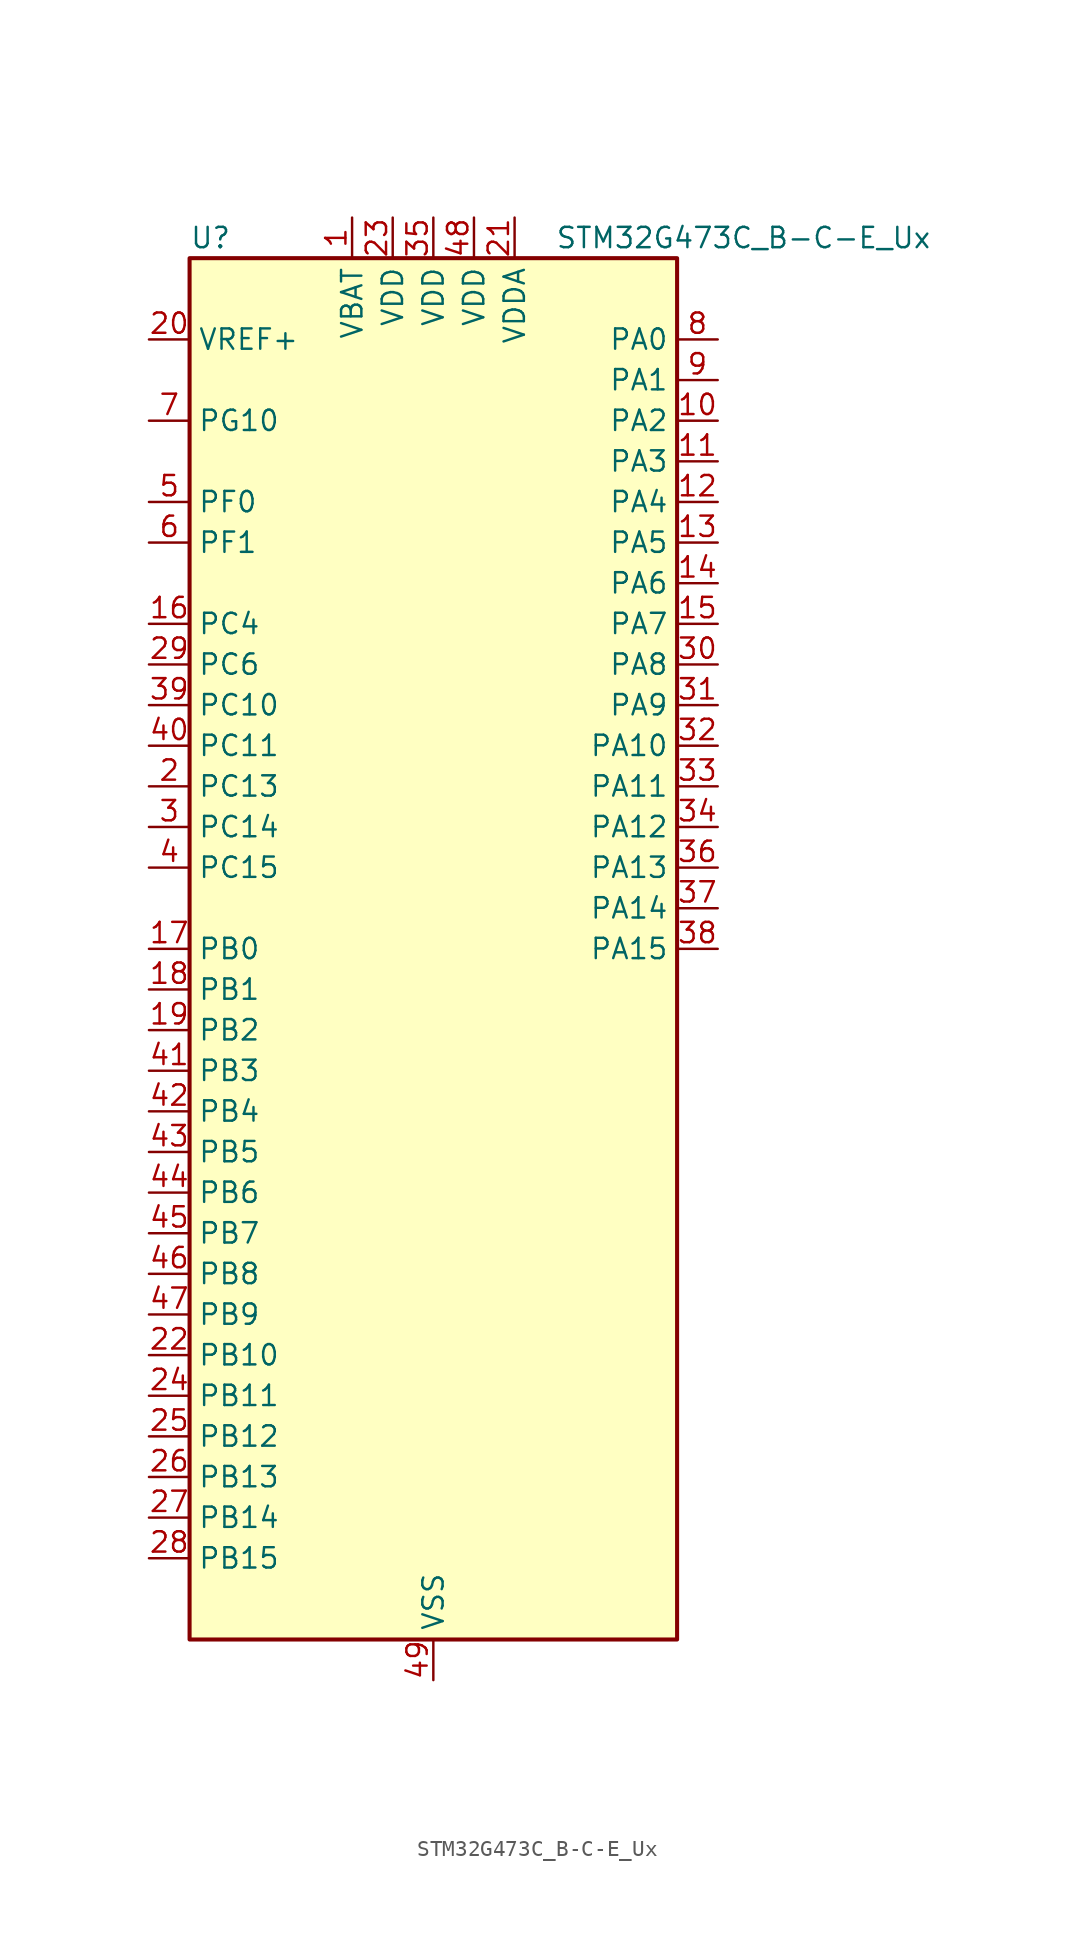
<source format=kicad_sym>
(kicad_symbol_lib
  (version 20241209)
  (generator "kicad_symbol_editor")
  (generator_version "9.0")
  (symbol "STM32G473C_B-C-E_Ux"
    (property "Reference" "U"
      (at -15.24 44.45 0)
      (effects (font (size 1.27 1.27)) (justify left)))
    (property "Value" "STM32G473C_B-C-E_Ux"
      (at 7.62 44.45 0)
      (effects (font (size 1.27 1.27)) (justify left)))
    (symbol "STM32G473C_B-C-E_Ux_0_1"
      (rectangle (start -15.24 -43.18) (end 15.24 43.18) (stroke (width 0.254) (type default)) (fill (type background))))
    (symbol "STM32G473C_B-C-E_Ux_1_1"
      (pin input line (at -17.78 38.1 0) (length 2.54) (name "VREF+" (effects (font (size 1.27 1.27)))) (number "20" (effects (font (size 1.27 1.27)))) (alternate "VREFBUF_OUT" bidirectional line))
      (pin bidirectional line (at -17.78 33.02 0) (length 2.54) (name "PG10" (effects (font (size 1.27 1.27)))) (number "7" (effects (font (size 1.27 1.27)))) (alternate "DAC1_EXTI10" bidirectional line) (alternate "DAC2_EXTI10" bidirectional line) (alternate "DAC3_EXTI10" bidirectional line) (alternate "DAC4_EXTI10" bidirectional line) (alternate "RCC_MCO" bidirectional line))
      (pin bidirectional line (at -17.78 27.94 0) (length 2.54) (name "PF0" (effects (font (size 1.27 1.27)))) (number "5" (effects (font (size 1.27 1.27)))) (alternate "ADC1_IN10" bidirectional line) (alternate "I2C2_SDA" bidirectional line) (alternate "I2S2_WS" bidirectional line) (alternate "RCC_OSC_IN" bidirectional line) (alternate "SPI2_NSS" bidirectional line) (alternate "TIM1_CH3N" bidirectional line))
      (pin bidirectional line (at -17.78 25.4 0) (length 2.54) (name "PF1" (effects (font (size 1.27 1.27)))) (number "6" (effects (font (size 1.27 1.27)))) (alternate "ADC2_IN10" bidirectional line) (alternate "COMP3_INM" bidirectional line) (alternate "I2S2_CK" bidirectional line) (alternate "RCC_OSC_OUT" bidirectional line) (alternate "SPI2_SCK" bidirectional line))
      (pin bidirectional line (at -17.78 20.32 0) (length 2.54) (name "PC4" (effects (font (size 1.27 1.27)))) (number "16" (effects (font (size 1.27 1.27)))) (alternate "ADC2_IN5" bidirectional line) (alternate "I2C2_SCL" bidirectional line) (alternate "QUADSPI1_BK2_IO3" bidirectional line) (alternate "TIM1_ETR" bidirectional line) (alternate "USART1_TX" bidirectional line))
      (pin bidirectional line (at -17.78 17.78 0) (length 2.54) (name "PC6" (effects (font (size 1.27 1.27)))) (number "29" (effects (font (size 1.27 1.27)))) (alternate "COMP6_OUT" bidirectional line) (alternate "I2C4_SCL" bidirectional line) (alternate "I2S2_MCK" bidirectional line) (alternate "TIM3_CH1" bidirectional line) (alternate "TIM8_CH1" bidirectional line))
      (pin bidirectional line (at -17.78 15.24 0) (length 2.54) (name "PC10" (effects (font (size 1.27 1.27)))) (number "39" (effects (font (size 1.27 1.27)))) (alternate "DAC1_EXTI10" bidirectional line) (alternate "DAC2_EXTI10" bidirectional line) (alternate "DAC3_EXTI10" bidirectional line) (alternate "DAC4_EXTI10" bidirectional line) (alternate "I2S3_CK" bidirectional line) (alternate "SPI3_SCK" bidirectional line) (alternate "TIM8_CH1N" bidirectional line) (alternate "UART4_TX" bidirectional line) (alternate "USART3_TX" bidirectional line))
      (pin bidirectional line (at -17.78 12.7 0) (length 2.54) (name "PC11" (effects (font (size 1.27 1.27)))) (number "40" (effects (font (size 1.27 1.27)))) (alternate "ADC1_EXTI11" bidirectional line) (alternate "ADC2_EXTI11" bidirectional line) (alternate "I2C3_SDA" bidirectional line) (alternate "SPI3_MISO" bidirectional line) (alternate "TIM8_CH2N" bidirectional line) (alternate "UART4_RX" bidirectional line) (alternate "USART3_RX" bidirectional line))
      (pin bidirectional line (at -17.78 10.16 0) (length 2.54) (name "PC13" (effects (font (size 1.27 1.27)))) (number "2" (effects (font (size 1.27 1.27)))) (alternate "RTC_OUT1" bidirectional line) (alternate "RTC_TAMP1" bidirectional line) (alternate "RTC_TS" bidirectional line) (alternate "SYS_WKUP2" bidirectional line) (alternate "TIM1_BKIN" bidirectional line) (alternate "TIM1_CH1N" bidirectional line) (alternate "TIM8_CH4N" bidirectional line))
      (pin bidirectional line (at -17.78 7.62 0) (length 2.54) (name "PC14" (effects (font (size 1.27 1.27)))) (number "3" (effects (font (size 1.27 1.27)))) (alternate "RCC_OSC32_IN" bidirectional line))
      (pin bidirectional line (at -17.78 5.08 0) (length 2.54) (name "PC15" (effects (font (size 1.27 1.27)))) (number "4" (effects (font (size 1.27 1.27)))) (alternate "ADC1_EXTI15" bidirectional line) (alternate "ADC2_EXTI15" bidirectional line) (alternate "RCC_OSC32_OUT" bidirectional line))
      (pin bidirectional line (at -17.78 0 0) (length 2.54) (name "PB0" (effects (font (size 1.27 1.27)))) (number "17" (effects (font (size 1.27 1.27)))) (alternate "ADC1_IN15" bidirectional line) (alternate "ADC3_IN12" bidirectional line) (alternate "COMP4_INP" bidirectional line) (alternate "OPAMP2_VINP" bidirectional line) (alternate "OPAMP2_VINP_SEC" bidirectional line) (alternate "OPAMP3_VINP" bidirectional line) (alternate "OPAMP3_VINP_SEC" bidirectional line) (alternate "QUADSPI1_BK1_IO1" bidirectional line) (alternate "TIM1_CH2N" bidirectional line) (alternate "TIM3_CH3" bidirectional line) (alternate "TIM8_CH2N" bidirectional line) (alternate "UCPD1_FRSTX1" bidirectional line) (alternate "UCPD1_FRSTX2" bidirectional line))
      (pin bidirectional line (at -17.78 -2.54 0) (length 2.54) (name "PB1" (effects (font (size 1.27 1.27)))) (number "18" (effects (font (size 1.27 1.27)))) (alternate "ADC1_IN12" bidirectional line) (alternate "ADC3_IN1" bidirectional line) (alternate "COMP1_INP" bidirectional line) (alternate "COMP4_OUT" bidirectional line) (alternate "LPUART1_DE" bidirectional line) (alternate "LPUART1_RTS" bidirectional line) (alternate "OPAMP3_VOUT" bidirectional line) (alternate "OPAMP6_VINM" bidirectional line) (alternate "OPAMP6_VINM1" bidirectional line) (alternate "OPAMP6_VINM_SEC" bidirectional line) (alternate "QUADSPI1_BK1_IO0" bidirectional line) (alternate "TIM1_CH3N" bidirectional line) (alternate "TIM3_CH4" bidirectional line) (alternate "TIM8_CH3N" bidirectional line))
      (pin bidirectional line (at -17.78 -5.08 0) (length 2.54) (name "PB2" (effects (font (size 1.27 1.27)))) (number "19" (effects (font (size 1.27 1.27)))) (alternate "ADC2_IN12" bidirectional line) (alternate "ADC3_EXTI2" bidirectional line) (alternate "ADC4_EXTI2" bidirectional line) (alternate "ADC5_EXTI2" bidirectional line) (alternate "COMP4_INM" bidirectional line) (alternate "I2C3_SMBA" bidirectional line) (alternate "LPTIM1_OUT" bidirectional line) (alternate "OPAMP3_VINM" bidirectional line) (alternate "OPAMP3_VINM0" bidirectional line) (alternate "OPAMP3_VINM_SEC" bidirectional line) (alternate "QUADSPI1_BK2_IO1" bidirectional line) (alternate "RTC_OUT2" bidirectional line) (alternate "TIM20_CH1" bidirectional line) (alternate "TIM5_CH1" bidirectional line))
      (pin bidirectional line (at -17.78 -7.62 0) (length 2.54) (name "PB3" (effects (font (size 1.27 1.27)))) (number "41" (effects (font (size 1.27 1.27)))) (alternate "ADC3_EXTI3" bidirectional line) (alternate "ADC4_EXTI3" bidirectional line) (alternate "ADC5_EXTI3" bidirectional line) (alternate "CRS_SYNC" bidirectional line) (alternate "FDCAN3_RX" bidirectional line) (alternate "I2S3_CK" bidirectional line) (alternate "SAI1_SCK_B" bidirectional line) (alternate "SPI1_SCK" bidirectional line) (alternate "SPI3_SCK" bidirectional line) (alternate "SYS_JTDO-SWO" bidirectional line) (alternate "TIM2_CH2" bidirectional line) (alternate "TIM3_ETR" bidirectional line) (alternate "TIM4_ETR" bidirectional line) (alternate "TIM8_CH1N" bidirectional line) (alternate "USART2_TX" bidirectional line))
      (pin bidirectional line (at -17.78 -10.16 0) (length 2.54) (name "PB4" (effects (font (size 1.27 1.27)))) (number "42" (effects (font (size 1.27 1.27)))) (alternate "FDCAN3_TX" bidirectional line) (alternate "SAI1_MCLK_B" bidirectional line) (alternate "SPI1_MISO" bidirectional line) (alternate "SPI3_MISO" bidirectional line) (alternate "SYS_JTRST" bidirectional line) (alternate "TIM16_CH1" bidirectional line) (alternate "TIM17_BKIN" bidirectional line) (alternate "TIM3_CH1" bidirectional line) (alternate "TIM8_CH2N" bidirectional line) (alternate "UCPD1_CC2" bidirectional line) (alternate "USART2_RX" bidirectional line))
      (pin bidirectional line (at -17.78 -12.7 0) (length 2.54) (name "PB5" (effects (font (size 1.27 1.27)))) (number "43" (effects (font (size 1.27 1.27)))) (alternate "FDCAN2_RX" bidirectional line) (alternate "I2C1_SMBA" bidirectional line) (alternate "I2C3_SDA" bidirectional line) (alternate "I2S3_SD" bidirectional line) (alternate "LPTIM1_IN1" bidirectional line) (alternate "SAI1_SD_B" bidirectional line) (alternate "SPI1_MOSI" bidirectional line) (alternate "SPI3_MOSI" bidirectional line) (alternate "TIM16_BKIN" bidirectional line) (alternate "TIM17_CH1" bidirectional line) (alternate "TIM3_CH2" bidirectional line) (alternate "TIM8_CH3N" bidirectional line) (alternate "USART2_CK" bidirectional line))
      (pin bidirectional line (at -17.78 -15.24 0) (length 2.54) (name "PB6" (effects (font (size 1.27 1.27)))) (number "44" (effects (font (size 1.27 1.27)))) (alternate "COMP4_OUT" bidirectional line) (alternate "FDCAN2_TX" bidirectional line) (alternate "LPTIM1_ETR" bidirectional line) (alternate "SAI1_FS_B" bidirectional line) (alternate "TIM16_CH1N" bidirectional line) (alternate "TIM4_CH1" bidirectional line) (alternate "TIM8_BKIN2" bidirectional line) (alternate "TIM8_CH1" bidirectional line) (alternate "TIM8_ETR" bidirectional line) (alternate "UCPD1_CC1" bidirectional line) (alternate "USART1_TX" bidirectional line))
      (pin bidirectional line (at -17.78 -17.78 0) (length 2.54) (name "PB7" (effects (font (size 1.27 1.27)))) (number "45" (effects (font (size 1.27 1.27)))) (alternate "COMP3_OUT" bidirectional line) (alternate "I2C1_SDA" bidirectional line) (alternate "I2C4_SDA" bidirectional line) (alternate "LPTIM1_IN2" bidirectional line) (alternate "SYS_PVD_IN" bidirectional line) (alternate "TIM17_CH1N" bidirectional line) (alternate "TIM3_CH4" bidirectional line) (alternate "TIM4_CH2" bidirectional line) (alternate "TIM8_BKIN" bidirectional line) (alternate "UART4_CTS" bidirectional line) (alternate "USART1_RX" bidirectional line))
      (pin bidirectional line (at -17.78 -20.32 0) (length 2.54) (name "PB8" (effects (font (size 1.27 1.27)))) (number "46" (effects (font (size 1.27 1.27)))) (alternate "COMP1_OUT" bidirectional line) (alternate "FDCAN1_RX" bidirectional line) (alternate "I2C1_SCL" bidirectional line) (alternate "SAI1_CK1" bidirectional line) (alternate "SAI1_MCLK_A" bidirectional line) (alternate "TIM16_CH1" bidirectional line) (alternate "TIM1_BKIN" bidirectional line) (alternate "TIM4_CH3" bidirectional line) (alternate "TIM8_CH2" bidirectional line) (alternate "USART3_RX" bidirectional line))
      (pin bidirectional line (at -17.78 -22.86 0) (length 2.54) (name "PB9" (effects (font (size 1.27 1.27)))) (number "47" (effects (font (size 1.27 1.27)))) (alternate "COMP2_OUT" bidirectional line) (alternate "DAC1_EXTI9" bidirectional line) (alternate "DAC2_EXTI9" bidirectional line) (alternate "DAC3_EXTI9" bidirectional line) (alternate "DAC4_EXTI9" bidirectional line) (alternate "FDCAN1_TX" bidirectional line) (alternate "I2C1_SDA" bidirectional line) (alternate "IR_OUT" bidirectional line) (alternate "SAI1_D2" bidirectional line) (alternate "SAI1_FS_A" bidirectional line) (alternate "TIM17_CH1" bidirectional line) (alternate "TIM1_CH3N" bidirectional line) (alternate "TIM4_CH4" bidirectional line) (alternate "TIM8_CH3" bidirectional line) (alternate "USART3_TX" bidirectional line))
      (pin bidirectional line (at -17.78 -25.4 0) (length 2.54) (name "PB10" (effects (font (size 1.27 1.27)))) (number "22" (effects (font (size 1.27 1.27)))) (alternate "COMP5_INM" bidirectional line) (alternate "DAC1_EXTI10" bidirectional line) (alternate "DAC2_EXTI10" bidirectional line) (alternate "DAC3_EXTI10" bidirectional line) (alternate "DAC4_EXTI10" bidirectional line) (alternate "LPUART1_RX" bidirectional line) (alternate "OPAMP3_VINM" bidirectional line) (alternate "OPAMP3_VINM1" bidirectional line) (alternate "OPAMP3_VINM_SEC" bidirectional line) (alternate "OPAMP4_VINM" bidirectional line) (alternate "OPAMP4_VINM0" bidirectional line) (alternate "OPAMP4_VINM_SEC" bidirectional line) (alternate "QUADSPI1_CLK" bidirectional line) (alternate "SAI1_SCK_A" bidirectional line) (alternate "TIM1_BKIN" bidirectional line) (alternate "TIM2_CH3" bidirectional line) (alternate "USART3_TX" bidirectional line))
      (pin bidirectional line (at -17.78 -27.94 0) (length 2.54) (name "PB11" (effects (font (size 1.27 1.27)))) (number "24" (effects (font (size 1.27 1.27)))) (alternate "ADC1_EXTI11" bidirectional line) (alternate "ADC1_IN14" bidirectional line) (alternate "ADC2_EXTI11" bidirectional line) (alternate "ADC2_IN14" bidirectional line) (alternate "COMP6_INP" bidirectional line) (alternate "LPUART1_TX" bidirectional line) (alternate "OPAMP4_VINP" bidirectional line) (alternate "OPAMP4_VINP_SEC" bidirectional line) (alternate "OPAMP6_VOUT" bidirectional line) (alternate "QUADSPI1_BK1_NCS" bidirectional line) (alternate "TIM2_CH4" bidirectional line) (alternate "USART3_RX" bidirectional line))
      (pin bidirectional line (at -17.78 -30.48 0) (length 2.54) (name "PB12" (effects (font (size 1.27 1.27)))) (number "25" (effects (font (size 1.27 1.27)))) (alternate "ADC1_IN11" bidirectional line) (alternate "ADC4_IN3" bidirectional line) (alternate "COMP7_INM" bidirectional line) (alternate "FDCAN2_RX" bidirectional line) (alternate "I2C2_SMBA" bidirectional line) (alternate "I2S2_WS" bidirectional line) (alternate "LPUART1_DE" bidirectional line) (alternate "LPUART1_RTS" bidirectional line) (alternate "OPAMP4_VOUT" bidirectional line) (alternate "OPAMP6_VINP" bidirectional line) (alternate "OPAMP6_VINP_SEC" bidirectional line) (alternate "SPI2_NSS" bidirectional line) (alternate "TIM1_BKIN" bidirectional line) (alternate "TIM5_ETR" bidirectional line) (alternate "USART3_CK" bidirectional line))
      (pin bidirectional line (at -17.78 -33.02 0) (length 2.54) (name "PB13" (effects (font (size 1.27 1.27)))) (number "26" (effects (font (size 1.27 1.27)))) (alternate "ADC3_IN5" bidirectional line) (alternate "COMP5_INP" bidirectional line) (alternate "FDCAN2_TX" bidirectional line) (alternate "I2S2_CK" bidirectional line) (alternate "LPUART1_CTS" bidirectional line) (alternate "OPAMP3_VINP" bidirectional line) (alternate "OPAMP3_VINP_SEC" bidirectional line) (alternate "OPAMP4_VINP" bidirectional line) (alternate "OPAMP4_VINP_SEC" bidirectional line) (alternate "OPAMP6_VINP" bidirectional line) (alternate "OPAMP6_VINP_SEC" bidirectional line) (alternate "SPI2_SCK" bidirectional line) (alternate "TIM1_CH1N" bidirectional line) (alternate "USART3_CTS" bidirectional line) (alternate "USART3_NSS" bidirectional line))
      (pin bidirectional line (at -17.78 -35.56 0) (length 2.54) (name "PB14" (effects (font (size 1.27 1.27)))) (number "27" (effects (font (size 1.27 1.27)))) (alternate "ADC1_IN5" bidirectional line) (alternate "ADC4_IN4" bidirectional line) (alternate "COMP4_OUT" bidirectional line) (alternate "COMP7_INP" bidirectional line) (alternate "OPAMP2_VINP" bidirectional line) (alternate "OPAMP2_VINP_SEC" bidirectional line) (alternate "OPAMP5_VINP" bidirectional line) (alternate "OPAMP5_VINP_SEC" bidirectional line) (alternate "SPI2_MISO" bidirectional line) (alternate "TIM15_CH1" bidirectional line) (alternate "TIM1_CH2N" bidirectional line) (alternate "USART3_DE" bidirectional line) (alternate "USART3_RTS" bidirectional line))
      (pin bidirectional line (at -17.78 -38.1 0) (length 2.54) (name "PB15" (effects (font (size 1.27 1.27)))) (number "28" (effects (font (size 1.27 1.27)))) (alternate "ADC1_EXTI15" bidirectional line) (alternate "ADC2_EXTI15" bidirectional line) (alternate "ADC2_IN15" bidirectional line) (alternate "ADC4_IN5" bidirectional line) (alternate "COMP3_OUT" bidirectional line) (alternate "COMP6_INM" bidirectional line) (alternate "I2S2_SD" bidirectional line) (alternate "OPAMP5_VINM" bidirectional line) (alternate "OPAMP5_VINM0" bidirectional line) (alternate "OPAMP5_VINM_SEC" bidirectional line) (alternate "RTC_REFIN" bidirectional line) (alternate "SPI2_MOSI" bidirectional line) (alternate "TIM15_CH1N" bidirectional line) (alternate "TIM15_CH2" bidirectional line) (alternate "TIM1_CH3N" bidirectional line))
      (pin power_in line (at -5.08 45.72 270) (length 2.54) (name "VBAT" (effects (font (size 1.27 1.27)))) (number "1" (effects (font (size 1.27 1.27)))))
      (pin power_in line (at -2.54 45.72 270) (length 2.54) (name "VDD" (effects (font (size 1.27 1.27)))) (number "23" (effects (font (size 1.27 1.27)))))
      (pin power_in line (at 0 45.72 270) (length 2.54) (name "VDD" (effects (font (size 1.27 1.27)))) (number "35" (effects (font (size 1.27 1.27)))))
      (pin power_in line (at 0 -45.72 90) (length 2.54) (name "VSS" (effects (font (size 1.27 1.27)))) (number "49" (effects (font (size 1.27 1.27)))))
      (pin power_in line (at 2.54 45.72 270) (length 2.54) (name "VDD" (effects (font (size 1.27 1.27)))) (number "48" (effects (font (size 1.27 1.27)))))
      (pin power_in line (at 5.08 45.72 270) (length 2.54) (name "VDDA" (effects (font (size 1.27 1.27)))) (number "21" (effects (font (size 1.27 1.27)))))
      (pin bidirectional line (at 17.78 38.1 180) (length 2.54) (name "PA0" (effects (font (size 1.27 1.27)))) (number "8" (effects (font (size 1.27 1.27)))) (alternate "ADC1_IN1" bidirectional line) (alternate "ADC2_IN1" bidirectional line) (alternate "COMP1_INM" bidirectional line) (alternate "COMP1_OUT" bidirectional line) (alternate "COMP3_INP" bidirectional line) (alternate "RTC_TAMP2" bidirectional line) (alternate "SYS_WKUP1" bidirectional line) (alternate "TIM2_CH1" bidirectional line) (alternate "TIM2_ETR" bidirectional line) (alternate "TIM5_CH1" bidirectional line) (alternate "TIM8_BKIN" bidirectional line) (alternate "TIM8_ETR" bidirectional line) (alternate "USART2_CTS" bidirectional line) (alternate "USART2_NSS" bidirectional line))
      (pin bidirectional line (at 17.78 35.56 180) (length 2.54) (name "PA1" (effects (font (size 1.27 1.27)))) (number "9" (effects (font (size 1.27 1.27)))) (alternate "ADC1_IN2" bidirectional line) (alternate "ADC2_IN2" bidirectional line) (alternate "COMP1_INP" bidirectional line) (alternate "OPAMP1_VINP" bidirectional line) (alternate "OPAMP1_VINP_SEC" bidirectional line) (alternate "OPAMP3_VINP" bidirectional line) (alternate "OPAMP3_VINP_SEC" bidirectional line) (alternate "OPAMP6_VINM" bidirectional line) (alternate "OPAMP6_VINM0" bidirectional line) (alternate "OPAMP6_VINM_SEC" bidirectional line) (alternate "RTC_REFIN" bidirectional line) (alternate "TIM15_CH1N" bidirectional line) (alternate "TIM2_CH2" bidirectional line) (alternate "TIM5_CH2" bidirectional line) (alternate "USART2_DE" bidirectional line) (alternate "USART2_RTS" bidirectional line))
      (pin bidirectional line (at 17.78 33.02 180) (length 2.54) (name "PA2" (effects (font (size 1.27 1.27)))) (number "10" (effects (font (size 1.27 1.27)))) (alternate "ADC1_IN3" bidirectional line) (alternate "ADC3_EXTI2" bidirectional line) (alternate "ADC4_EXTI2" bidirectional line) (alternate "ADC5_EXTI2" bidirectional line) (alternate "COMP2_INM" bidirectional line) (alternate "COMP2_OUT" bidirectional line) (alternate "LPUART1_TX" bidirectional line) (alternate "OPAMP1_VOUT" bidirectional line) (alternate "QUADSPI1_BK1_NCS" bidirectional line) (alternate "RCC_LSCO" bidirectional line) (alternate "SYS_WKUP4" bidirectional line) (alternate "TIM15_CH1" bidirectional line) (alternate "TIM2_CH3" bidirectional line) (alternate "TIM5_CH3" bidirectional line) (alternate "UCPD1_FRSTX1" bidirectional line) (alternate "UCPD1_FRSTX2" bidirectional line) (alternate "USART2_TX" bidirectional line))
      (pin bidirectional line (at 17.78 30.48 180) (length 2.54) (name "PA3" (effects (font (size 1.27 1.27)))) (number "11" (effects (font (size 1.27 1.27)))) (alternate "ADC1_IN4" bidirectional line) (alternate "ADC3_EXTI3" bidirectional line) (alternate "ADC4_EXTI3" bidirectional line) (alternate "ADC5_EXTI3" bidirectional line) (alternate "COMP2_INP" bidirectional line) (alternate "LPUART1_RX" bidirectional line) (alternate "OPAMP1_VINM" bidirectional line) (alternate "OPAMP1_VINM0" bidirectional line) (alternate "OPAMP1_VINM_SEC" bidirectional line) (alternate "OPAMP1_VINP" bidirectional line) (alternate "OPAMP1_VINP_SEC" bidirectional line) (alternate "OPAMP5_VINM" bidirectional line) (alternate "OPAMP5_VINM1" bidirectional line) (alternate "OPAMP5_VINM_SEC" bidirectional line) (alternate "QUADSPI1_CLK" bidirectional line) (alternate "SAI1_CK1" bidirectional line) (alternate "SAI1_MCLK_A" bidirectional line) (alternate "TIM15_CH2" bidirectional line) (alternate "TIM2_CH4" bidirectional line) (alternate "TIM5_CH4" bidirectional line) (alternate "USART2_RX" bidirectional line))
      (pin bidirectional line (at 17.78 27.94 180) (length 2.54) (name "PA4" (effects (font (size 1.27 1.27)))) (number "12" (effects (font (size 1.27 1.27)))) (alternate "ADC2_IN17" bidirectional line) (alternate "COMP1_INM" bidirectional line) (alternate "DAC1_OUT1" bidirectional line) (alternate "I2S3_WS" bidirectional line) (alternate "SAI1_FS_B" bidirectional line) (alternate "SPI1_NSS" bidirectional line) (alternate "SPI3_NSS" bidirectional line) (alternate "TIM3_CH2" bidirectional line) (alternate "USART2_CK" bidirectional line))
      (pin bidirectional line (at 17.78 25.4 180) (length 2.54) (name "PA5" (effects (font (size 1.27 1.27)))) (number "13" (effects (font (size 1.27 1.27)))) (alternate "ADC2_IN13" bidirectional line) (alternate "COMP2_INM" bidirectional line) (alternate "DAC1_OUT2" bidirectional line) (alternate "OPAMP2_VINM" bidirectional line) (alternate "OPAMP2_VINM0" bidirectional line) (alternate "OPAMP2_VINM_SEC" bidirectional line) (alternate "SPI1_SCK" bidirectional line) (alternate "TIM2_CH1" bidirectional line) (alternate "TIM2_ETR" bidirectional line) (alternate "UCPD1_FRSTX1" bidirectional line) (alternate "UCPD1_FRSTX2" bidirectional line))
      (pin bidirectional line (at 17.78 22.86 180) (length 2.54) (name "PA6" (effects (font (size 1.27 1.27)))) (number "14" (effects (font (size 1.27 1.27)))) (alternate "ADC2_IN3" bidirectional line) (alternate "COMP1_OUT" bidirectional line) (alternate "DAC2_OUT1" bidirectional line) (alternate "LPUART1_CTS" bidirectional line) (alternate "OPAMP2_VOUT" bidirectional line) (alternate "QUADSPI1_BK1_IO3" bidirectional line) (alternate "SPI1_MISO" bidirectional line) (alternate "TIM16_CH1" bidirectional line) (alternate "TIM1_BKIN" bidirectional line) (alternate "TIM3_CH1" bidirectional line) (alternate "TIM8_BKIN" bidirectional line))
      (pin bidirectional line (at 17.78 20.32 180) (length 2.54) (name "PA7" (effects (font (size 1.27 1.27)))) (number "15" (effects (font (size 1.27 1.27)))) (alternate "ADC2_IN4" bidirectional line) (alternate "COMP2_INP" bidirectional line) (alternate "COMP2_OUT" bidirectional line) (alternate "OPAMP1_VINP" bidirectional line) (alternate "OPAMP1_VINP_SEC" bidirectional line) (alternate "OPAMP2_VINP" bidirectional line) (alternate "OPAMP2_VINP_SEC" bidirectional line) (alternate "QUADSPI1_BK1_IO2" bidirectional line) (alternate "SPI1_MOSI" bidirectional line) (alternate "TIM17_CH1" bidirectional line) (alternate "TIM1_CH1N" bidirectional line) (alternate "TIM3_CH2" bidirectional line) (alternate "TIM8_CH1N" bidirectional line) (alternate "UCPD1_FRSTX1" bidirectional line) (alternate "UCPD1_FRSTX2" bidirectional line))
      (pin bidirectional line (at 17.78 17.78 180) (length 2.54) (name "PA8" (effects (font (size 1.27 1.27)))) (number "30" (effects (font (size 1.27 1.27)))) (alternate "ADC5_IN1" bidirectional line) (alternate "COMP7_OUT" bidirectional line) (alternate "FDCAN3_RX" bidirectional line) (alternate "I2C2_SDA" bidirectional line) (alternate "I2C3_SCL" bidirectional line) (alternate "I2S2_MCK" bidirectional line) (alternate "OPAMP5_VOUT" bidirectional line) (alternate "RCC_MCO" bidirectional line) (alternate "SAI1_CK2" bidirectional line) (alternate "SAI1_SCK_A" bidirectional line) (alternate "TIM1_CH1" bidirectional line) (alternate "TIM4_ETR" bidirectional line) (alternate "USART1_CK" bidirectional line))
      (pin bidirectional line (at 17.78 15.24 180) (length 2.54) (name "PA9" (effects (font (size 1.27 1.27)))) (number "31" (effects (font (size 1.27 1.27)))) (alternate "ADC5_IN2" bidirectional line) (alternate "COMP5_OUT" bidirectional line) (alternate "DAC1_EXTI9" bidirectional line) (alternate "DAC2_EXTI9" bidirectional line) (alternate "DAC3_EXTI9" bidirectional line) (alternate "DAC4_EXTI9" bidirectional line) (alternate "I2C2_SCL" bidirectional line) (alternate "I2C3_SMBA" bidirectional line) (alternate "I2S3_MCK" bidirectional line) (alternate "SAI1_FS_A" bidirectional line) (alternate "TIM15_BKIN" bidirectional line) (alternate "TIM1_CH2" bidirectional line) (alternate "TIM2_CH3" bidirectional line) (alternate "UCPD1_DBCC1" bidirectional line) (alternate "USART1_TX" bidirectional line))
      (pin bidirectional line (at 17.78 12.7 180) (length 2.54) (name "PA10" (effects (font (size 1.27 1.27)))) (number "32" (effects (font (size 1.27 1.27)))) (alternate "COMP6_OUT" bidirectional line) (alternate "CRS_SYNC" bidirectional line) (alternate "DAC1_EXTI10" bidirectional line) (alternate "DAC2_EXTI10" bidirectional line) (alternate "DAC3_EXTI10" bidirectional line) (alternate "DAC4_EXTI10" bidirectional line) (alternate "I2C2_SMBA" bidirectional line) (alternate "SAI1_D1" bidirectional line) (alternate "SAI1_SD_A" bidirectional line) (alternate "SPI2_MISO" bidirectional line) (alternate "TIM17_BKIN" bidirectional line) (alternate "TIM1_CH3" bidirectional line) (alternate "TIM2_CH4" bidirectional line) (alternate "TIM8_BKIN" bidirectional line) (alternate "UCPD1_DBCC2" bidirectional line) (alternate "USART1_RX" bidirectional line))
      (pin bidirectional line (at 17.78 10.16 180) (length 2.54) (name "PA11" (effects (font (size 1.27 1.27)))) (number "33" (effects (font (size 1.27 1.27)))) (alternate "ADC1_EXTI11" bidirectional line) (alternate "ADC2_EXTI11" bidirectional line) (alternate "COMP1_OUT" bidirectional line) (alternate "FDCAN1_RX" bidirectional line) (alternate "I2S2_SD" bidirectional line) (alternate "SPI2_MOSI" bidirectional line) (alternate "TIM1_BKIN2" bidirectional line) (alternate "TIM1_CH1N" bidirectional line) (alternate "TIM1_CH4" bidirectional line) (alternate "TIM4_CH1" bidirectional line) (alternate "USART1_CTS" bidirectional line) (alternate "USART1_NSS" bidirectional line) (alternate "USB_DM" bidirectional line))
      (pin bidirectional line (at 17.78 7.62 180) (length 2.54) (name "PA12" (effects (font (size 1.27 1.27)))) (number "34" (effects (font (size 1.27 1.27)))) (alternate "COMP2_OUT" bidirectional line) (alternate "FDCAN1_TX" bidirectional line) (alternate "I2S_CKIN" bidirectional line) (alternate "TIM16_CH1" bidirectional line) (alternate "TIM1_CH2N" bidirectional line) (alternate "TIM1_ETR" bidirectional line) (alternate "TIM4_CH2" bidirectional line) (alternate "USART1_DE" bidirectional line) (alternate "USART1_RTS" bidirectional line) (alternate "USB_DP" bidirectional line))
      (pin bidirectional line (at 17.78 5.08 180) (length 2.54) (name "PA13" (effects (font (size 1.27 1.27)))) (number "36" (effects (font (size 1.27 1.27)))) (alternate "I2C1_SCL" bidirectional line) (alternate "I2C4_SCL" bidirectional line) (alternate "IR_OUT" bidirectional line) (alternate "SAI1_SD_B" bidirectional line) (alternate "SYS_JTMS-SWDIO" bidirectional line) (alternate "TIM16_CH1N" bidirectional line) (alternate "TIM4_CH3" bidirectional line) (alternate "USART3_CTS" bidirectional line) (alternate "USART3_NSS" bidirectional line))
      (pin bidirectional line (at 17.78 2.54 180) (length 2.54) (name "PA14" (effects (font (size 1.27 1.27)))) (number "37" (effects (font (size 1.27 1.27)))) (alternate "I2C1_SDA" bidirectional line) (alternate "I2C4_SMBA" bidirectional line) (alternate "LPTIM1_OUT" bidirectional line) (alternate "SAI1_FS_B" bidirectional line) (alternate "SYS_JTCK-SWCLK" bidirectional line) (alternate "TIM1_BKIN" bidirectional line) (alternate "TIM8_CH2" bidirectional line) (alternate "USART2_TX" bidirectional line))
      (pin bidirectional line (at 17.78 0 180) (length 2.54) (name "PA15" (effects (font (size 1.27 1.27)))) (number "38" (effects (font (size 1.27 1.27)))) (alternate "ADC1_EXTI15" bidirectional line) (alternate "ADC2_EXTI15" bidirectional line) (alternate "FDCAN3_TX" bidirectional line) (alternate "I2C1_SCL" bidirectional line) (alternate "I2S3_WS" bidirectional line) (alternate "SPI1_NSS" bidirectional line) (alternate "SPI3_NSS" bidirectional line) (alternate "SYS_JTDI" bidirectional line) (alternate "TIM1_BKIN" bidirectional line) (alternate "TIM2_CH1" bidirectional line) (alternate "TIM2_ETR" bidirectional line) (alternate "TIM8_CH1" bidirectional line) (alternate "UART4_DE" bidirectional line) (alternate "UART4_RTS" bidirectional line) (alternate "USART2_RX" bidirectional line)))))
</source>
